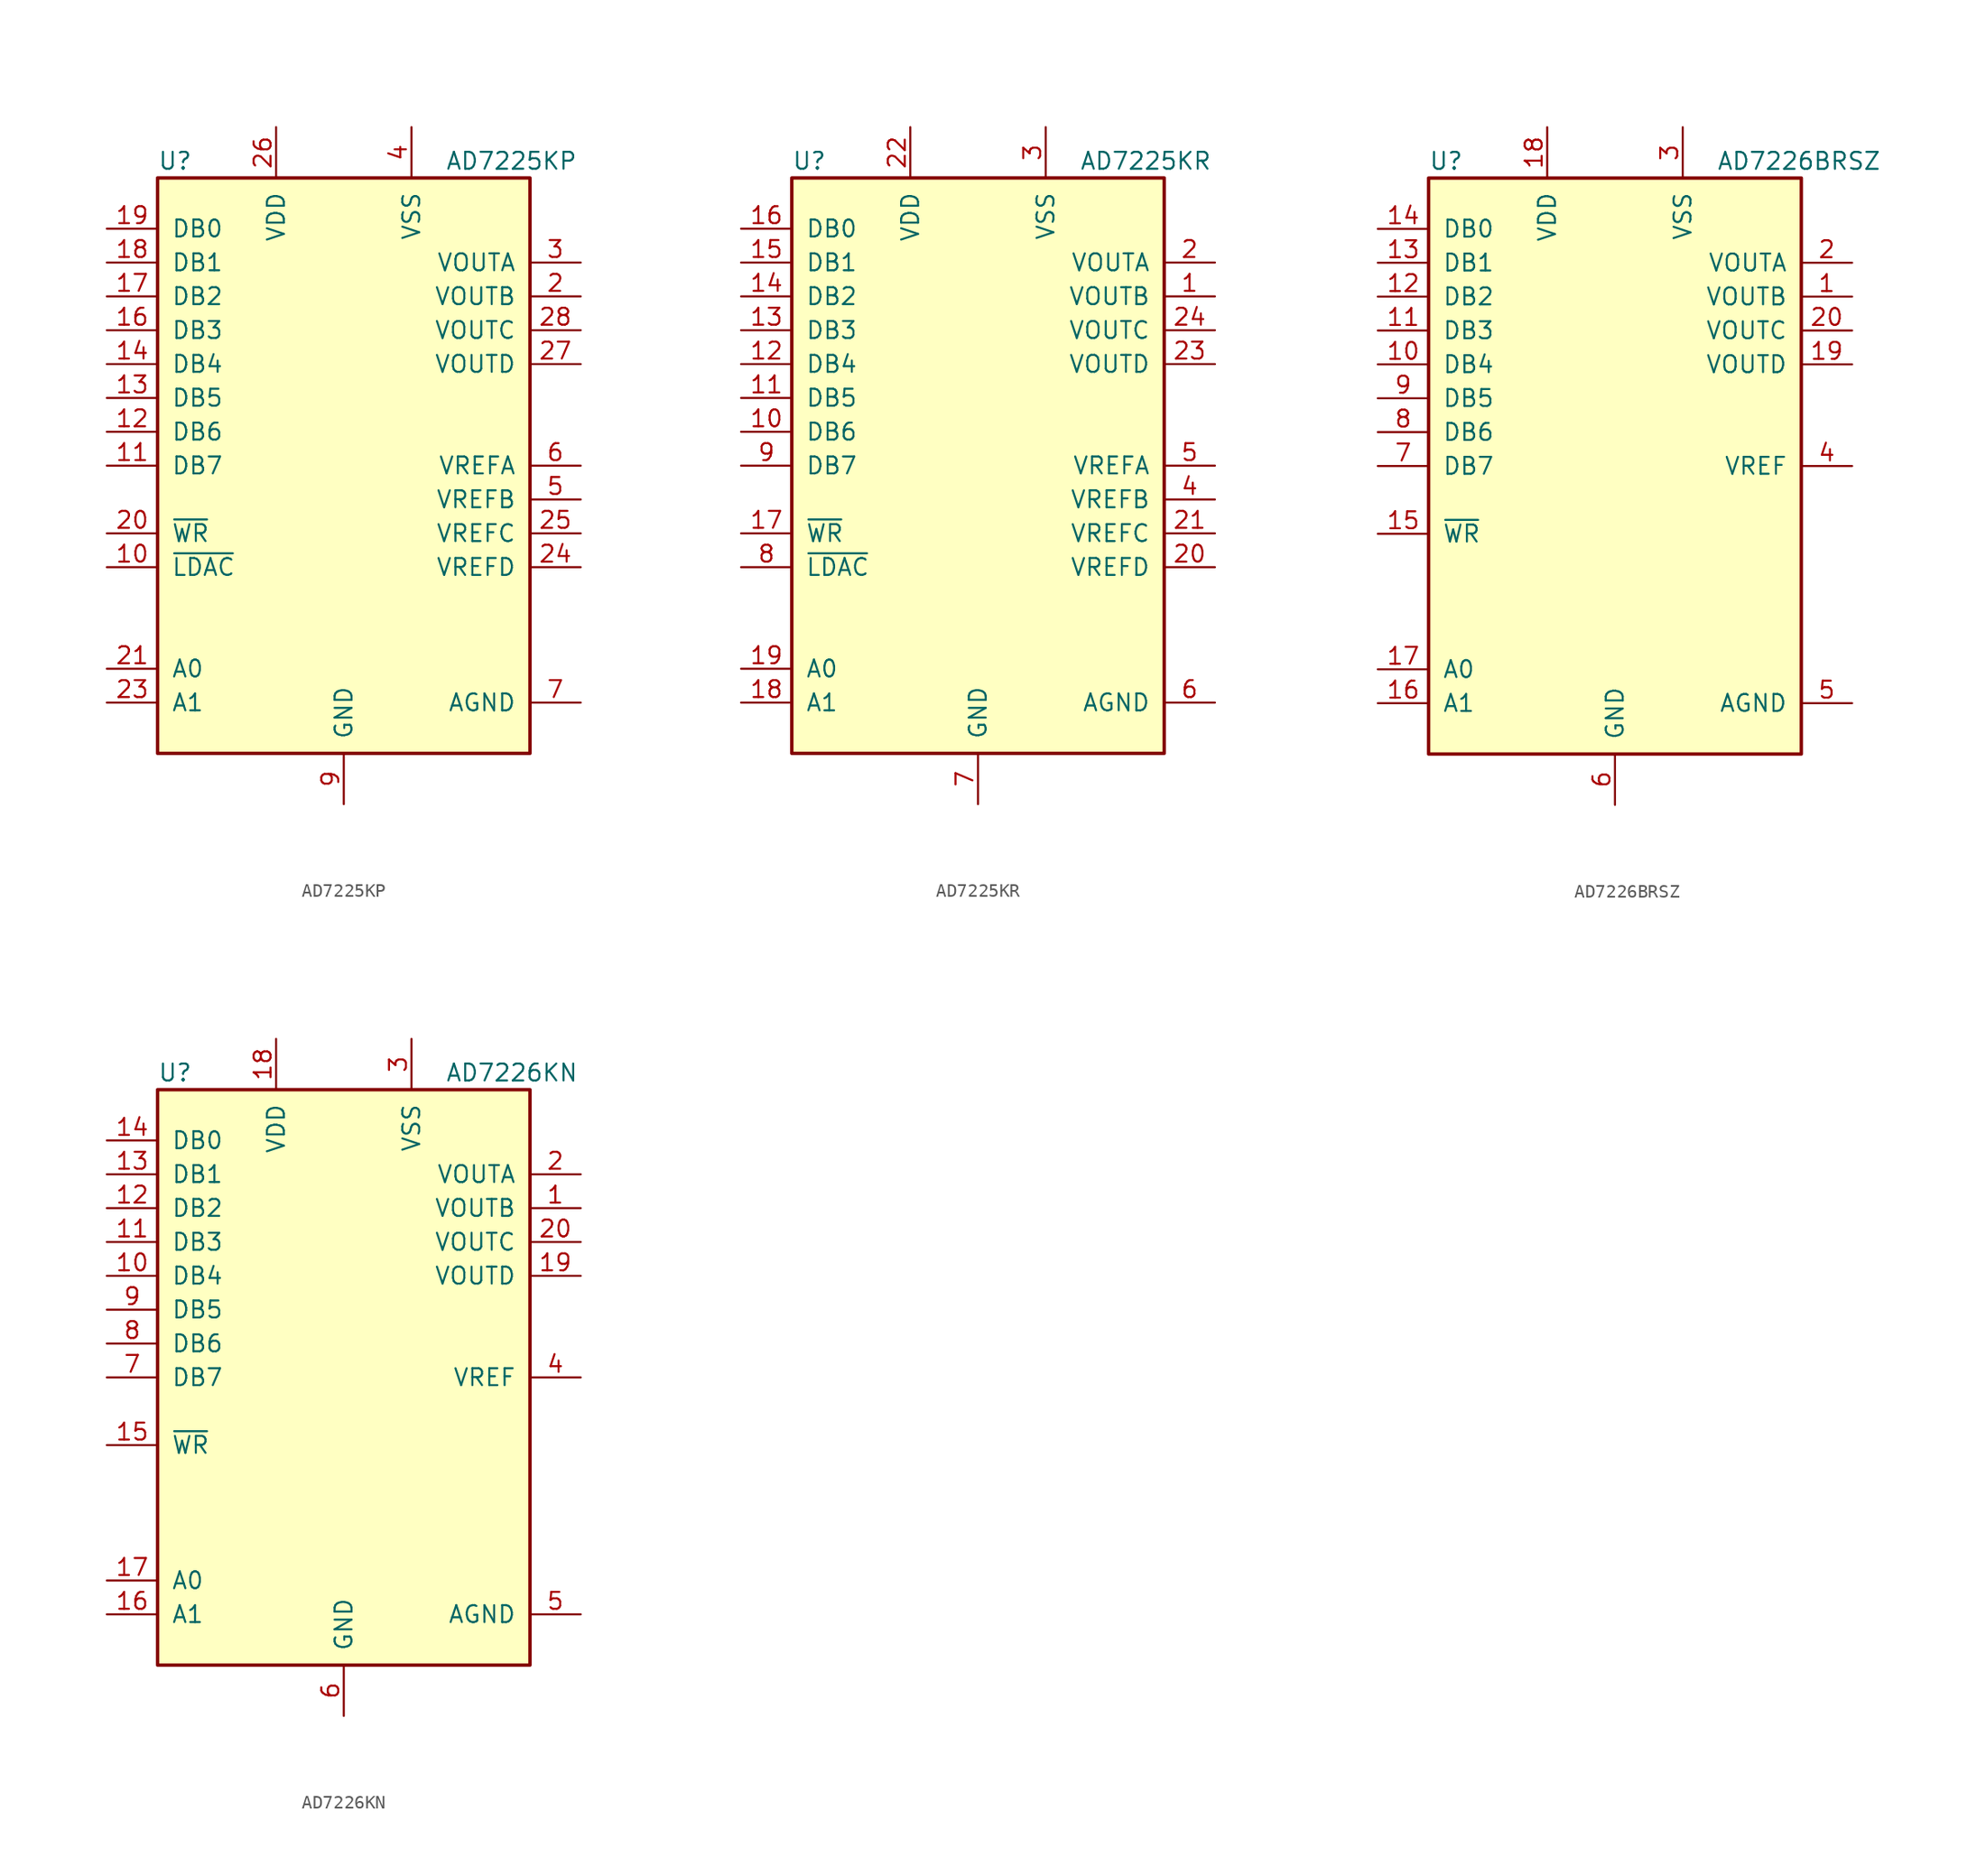
<source format=kicad_sym>
(kicad_symbol_lib
  (version 20201005)
  (generator kicad_symbol_editor)
  (symbol "AD7225KP"
    (pin_names
      (offset 1.016))
    (property "Reference" "U"
      (at -13.97 22.86 0)
      (effects (font (size 1.27 1.27)) (justify left)))
    (property "Value" "AD7225KP"
      (at 7.62 22.86 0)
      (effects (font (size 1.27 1.27)) (justify left)))
    (symbol "AD7225KP_0_1"
      (rectangle (start -13.97 -21.59) (end 13.97 21.59) (stroke (width 0.254)) (fill (type background))))
    (symbol "AD7225KP_1_1"
      (pin input line (at -17.78 -7.62 0) (length 3.81) (name "~LDAC" (effects (font (size 1.27 1.27)))) (number "10" (effects (font (size 1.27 1.27)))))
      (pin input line (at -17.78 0 0) (length 3.81) (name "DB7" (effects (font (size 1.27 1.27)))) (number "11" (effects (font (size 1.27 1.27)))))
      (pin input line (at -17.78 2.54 0) (length 3.81) (name "DB6" (effects (font (size 1.27 1.27)))) (number "12" (effects (font (size 1.27 1.27)))))
      (pin input line (at -17.78 5.08 0) (length 3.81) (name "DB5" (effects (font (size 1.27 1.27)))) (number "13" (effects (font (size 1.27 1.27)))))
      (pin input line (at -17.78 7.62 0) (length 3.81) (name "DB4" (effects (font (size 1.27 1.27)))) (number "14" (effects (font (size 1.27 1.27)))))
      (pin input line (at -17.78 10.16 0) (length 3.81) (name "DB3" (effects (font (size 1.27 1.27)))) (number "16" (effects (font (size 1.27 1.27)))))
      (pin input line (at -17.78 12.7 0) (length 3.81) (name "DB2" (effects (font (size 1.27 1.27)))) (number "17" (effects (font (size 1.27 1.27)))))
      (pin input line (at -17.78 15.24 0) (length 3.81) (name "DB1" (effects (font (size 1.27 1.27)))) (number "18" (effects (font (size 1.27 1.27)))))
      (pin input line (at -17.78 17.78 0) (length 3.81) (name "DB0" (effects (font (size 1.27 1.27)))) (number "19" (effects (font (size 1.27 1.27)))))
      (pin output line (at 17.78 12.7 180) (length 3.81) (name "VOUTB" (effects (font (size 1.27 1.27)))) (number "2" (effects (font (size 1.27 1.27)))))
      (pin input line (at -17.78 -5.08 0) (length 3.81) (name "~WR" (effects (font (size 1.27 1.27)))) (number "20" (effects (font (size 1.27 1.27)))))
      (pin input line (at -17.78 -15.24 0) (length 3.81) (name "A0" (effects (font (size 1.27 1.27)))) (number "21" (effects (font (size 1.27 1.27)))))
      (pin input line (at -17.78 -17.78 0) (length 3.81) (name "A1" (effects (font (size 1.27 1.27)))) (number "23" (effects (font (size 1.27 1.27)))))
      (pin input line (at 17.78 -7.62 180) (length 3.81) (name "VREFD" (effects (font (size 1.27 1.27)))) (number "24" (effects (font (size 1.27 1.27)))))
      (pin input line (at 17.78 -5.08 180) (length 3.81) (name "VREFC" (effects (font (size 1.27 1.27)))) (number "25" (effects (font (size 1.27 1.27)))))
      (pin power_in line (at -5.08 25.4 270) (length 3.81) (name "VDD" (effects (font (size 1.27 1.27)))) (number "26" (effects (font (size 1.27 1.27)))))
      (pin output line (at 17.78 7.62 180) (length 3.81) (name "VOUTD" (effects (font (size 1.27 1.27)))) (number "27" (effects (font (size 1.27 1.27)))))
      (pin output line (at 17.78 10.16 180) (length 3.81) (name "VOUTC" (effects (font (size 1.27 1.27)))) (number "28" (effects (font (size 1.27 1.27)))))
      (pin output line (at 17.78 15.24 180) (length 3.81) (name "VOUTA" (effects (font (size 1.27 1.27)))) (number "3" (effects (font (size 1.27 1.27)))))
      (pin power_in line (at 5.08 25.4 270) (length 3.81) (name "VSS" (effects (font (size 1.27 1.27)))) (number "4" (effects (font (size 1.27 1.27)))))
      (pin input line (at 17.78 -2.54 180) (length 3.81) (name "VREFB" (effects (font (size 1.27 1.27)))) (number "5" (effects (font (size 1.27 1.27)))))
      (pin input line (at 17.78 0 180) (length 3.81) (name "VREFA" (effects (font (size 1.27 1.27)))) (number "6" (effects (font (size 1.27 1.27)))))
      (pin input line (at 17.78 -17.78 180) (length 3.81) (name "AGND" (effects (font (size 1.27 1.27)))) (number "7" (effects (font (size 1.27 1.27)))))
      (pin power_in line (at 0 -25.4 90) (length 3.81) (name "GND" (effects (font (size 1.27 1.27)))) (number "9" (effects (font (size 1.27 1.27)))))))
  (symbol "AD7225KR"
    (pin_names
      (offset 1.016))
    (property "Reference" "U"
      (at -13.97 22.86 0)
      (effects (font (size 1.27 1.27)) (justify left)))
    (property "Value" "AD7225KR"
      (at 7.62 22.86 0)
      (effects (font (size 1.27 1.27)) (justify left)))
    (symbol "AD7225KR_0_1"
      (rectangle (start -13.97 -21.59) (end 13.97 21.59) (stroke (width 0.254)) (fill (type background))))
    (symbol "AD7225KR_1_1"
      (pin output line (at 17.78 12.7 180) (length 3.81) (name "VOUTB" (effects (font (size 1.27 1.27)))) (number "1" (effects (font (size 1.27 1.27)))))
      (pin input line (at -17.78 2.54 0) (length 3.81) (name "DB6" (effects (font (size 1.27 1.27)))) (number "10" (effects (font (size 1.27 1.27)))))
      (pin input line (at -17.78 5.08 0) (length 3.81) (name "DB5" (effects (font (size 1.27 1.27)))) (number "11" (effects (font (size 1.27 1.27)))))
      (pin input line (at -17.78 7.62 0) (length 3.81) (name "DB4" (effects (font (size 1.27 1.27)))) (number "12" (effects (font (size 1.27 1.27)))))
      (pin input line (at -17.78 10.16 0) (length 3.81) (name "DB3" (effects (font (size 1.27 1.27)))) (number "13" (effects (font (size 1.27 1.27)))))
      (pin input line (at -17.78 12.7 0) (length 3.81) (name "DB2" (effects (font (size 1.27 1.27)))) (number "14" (effects (font (size 1.27 1.27)))))
      (pin input line (at -17.78 15.24 0) (length 3.81) (name "DB1" (effects (font (size 1.27 1.27)))) (number "15" (effects (font (size 1.27 1.27)))))
      (pin input line (at -17.78 17.78 0) (length 3.81) (name "DB0" (effects (font (size 1.27 1.27)))) (number "16" (effects (font (size 1.27 1.27)))))
      (pin input line (at -17.78 -5.08 0) (length 3.81) (name "~WR" (effects (font (size 1.27 1.27)))) (number "17" (effects (font (size 1.27 1.27)))))
      (pin input line (at -17.78 -17.78 0) (length 3.81) (name "A1" (effects (font (size 1.27 1.27)))) (number "18" (effects (font (size 1.27 1.27)))))
      (pin input line (at -17.78 -15.24 0) (length 3.81) (name "A0" (effects (font (size 1.27 1.27)))) (number "19" (effects (font (size 1.27 1.27)))))
      (pin output line (at 17.78 15.24 180) (length 3.81) (name "VOUTA" (effects (font (size 1.27 1.27)))) (number "2" (effects (font (size 1.27 1.27)))))
      (pin input line (at 17.78 -7.62 180) (length 3.81) (name "VREFD" (effects (font (size 1.27 1.27)))) (number "20" (effects (font (size 1.27 1.27)))))
      (pin input line (at 17.78 -5.08 180) (length 3.81) (name "VREFC" (effects (font (size 1.27 1.27)))) (number "21" (effects (font (size 1.27 1.27)))))
      (pin power_in line (at -5.08 25.4 270) (length 3.81) (name "VDD" (effects (font (size 1.27 1.27)))) (number "22" (effects (font (size 1.27 1.27)))))
      (pin output line (at 17.78 7.62 180) (length 3.81) (name "VOUTD" (effects (font (size 1.27 1.27)))) (number "23" (effects (font (size 1.27 1.27)))))
      (pin output line (at 17.78 10.16 180) (length 3.81) (name "VOUTC" (effects (font (size 1.27 1.27)))) (number "24" (effects (font (size 1.27 1.27)))))
      (pin power_in line (at 5.08 25.4 270) (length 3.81) (name "VSS" (effects (font (size 1.27 1.27)))) (number "3" (effects (font (size 1.27 1.27)))))
      (pin input line (at 17.78 -2.54 180) (length 3.81) (name "VREFB" (effects (font (size 1.27 1.27)))) (number "4" (effects (font (size 1.27 1.27)))))
      (pin input line (at 17.78 0 180) (length 3.81) (name "VREFA" (effects (font (size 1.27 1.27)))) (number "5" (effects (font (size 1.27 1.27)))))
      (pin input line (at 17.78 -17.78 180) (length 3.81) (name "AGND" (effects (font (size 1.27 1.27)))) (number "6" (effects (font (size 1.27 1.27)))))
      (pin power_in line (at 0 -25.4 90) (length 3.81) (name "GND" (effects (font (size 1.27 1.27)))) (number "7" (effects (font (size 1.27 1.27)))))
      (pin input line (at -17.78 -7.62 0) (length 3.81) (name "~LDAC" (effects (font (size 1.27 1.27)))) (number "8" (effects (font (size 1.27 1.27)))))
      (pin input line (at -17.78 0 0) (length 3.81) (name "DB7" (effects (font (size 1.27 1.27)))) (number "9" (effects (font (size 1.27 1.27)))))))
  (symbol "AD7226BRSZ"
    (pin_names
      (offset 1.016))
    (property "Reference" "U"
      (at -13.97 22.86 0)
      (effects (font (size 1.27 1.27)) (justify left)))
    (property "Value" "AD7226BRSZ"
      (at 7.62 22.86 0)
      (effects (font (size 1.27 1.27)) (justify left)))
    (symbol "AD7226BRSZ_0_1"
      (rectangle (start -13.97 -21.59) (end 13.97 21.59) (stroke (width 0.254)) (fill (type background))))
    (symbol "AD7226BRSZ_1_1"
      (pin output line (at 17.78 12.7 180) (length 3.81) (name "VOUTB" (effects (font (size 1.27 1.27)))) (number "1" (effects (font (size 1.27 1.27)))))
      (pin input line (at -17.78 7.62 0) (length 3.81) (name "DB4" (effects (font (size 1.27 1.27)))) (number "10" (effects (font (size 1.27 1.27)))))
      (pin input line (at -17.78 10.16 0) (length 3.81) (name "DB3" (effects (font (size 1.27 1.27)))) (number "11" (effects (font (size 1.27 1.27)))))
      (pin input line (at -17.78 12.7 0) (length 3.81) (name "DB2" (effects (font (size 1.27 1.27)))) (number "12" (effects (font (size 1.27 1.27)))))
      (pin input line (at -17.78 15.24 0) (length 3.81) (name "DB1" (effects (font (size 1.27 1.27)))) (number "13" (effects (font (size 1.27 1.27)))))
      (pin input line (at -17.78 17.78 0) (length 3.81) (name "DB0" (effects (font (size 1.27 1.27)))) (number "14" (effects (font (size 1.27 1.27)))))
      (pin input line (at -17.78 -5.08 0) (length 3.81) (name "~WR" (effects (font (size 1.27 1.27)))) (number "15" (effects (font (size 1.27 1.27)))))
      (pin input line (at -17.78 -17.78 0) (length 3.81) (name "A1" (effects (font (size 1.27 1.27)))) (number "16" (effects (font (size 1.27 1.27)))))
      (pin input line (at -17.78 -15.24 0) (length 3.81) (name "A0" (effects (font (size 1.27 1.27)))) (number "17" (effects (font (size 1.27 1.27)))))
      (pin power_in line (at -5.08 25.4 270) (length 3.81) (name "VDD" (effects (font (size 1.27 1.27)))) (number "18" (effects (font (size 1.27 1.27)))))
      (pin output line (at 17.78 7.62 180) (length 3.81) (name "VOUTD" (effects (font (size 1.27 1.27)))) (number "19" (effects (font (size 1.27 1.27)))))
      (pin output line (at 17.78 15.24 180) (length 3.81) (name "VOUTA" (effects (font (size 1.27 1.27)))) (number "2" (effects (font (size 1.27 1.27)))))
      (pin output line (at 17.78 10.16 180) (length 3.81) (name "VOUTC" (effects (font (size 1.27 1.27)))) (number "20" (effects (font (size 1.27 1.27)))))
      (pin power_in line (at 5.08 25.4 270) (length 3.81) (name "VSS" (effects (font (size 1.27 1.27)))) (number "3" (effects (font (size 1.27 1.27)))))
      (pin input line (at 17.78 0 180) (length 3.81) (name "VREF" (effects (font (size 1.27 1.27)))) (number "4" (effects (font (size 1.27 1.27)))))
      (pin input line (at 17.78 -17.78 180) (length 3.81) (name "AGND" (effects (font (size 1.27 1.27)))) (number "5" (effects (font (size 1.27 1.27)))))
      (pin power_in line (at 0 -25.4 90) (length 3.81) (name "GND" (effects (font (size 1.27 1.27)))) (number "6" (effects (font (size 1.27 1.27)))))
      (pin input line (at -17.78 0 0) (length 3.81) (name "DB7" (effects (font (size 1.27 1.27)))) (number "7" (effects (font (size 1.27 1.27)))))
      (pin input line (at -17.78 2.54 0) (length 3.81) (name "DB6" (effects (font (size 1.27 1.27)))) (number "8" (effects (font (size 1.27 1.27)))))
      (pin input line (at -17.78 5.08 0) (length 3.81) (name "DB5" (effects (font (size 1.27 1.27)))) (number "9" (effects (font (size 1.27 1.27)))))))
  (symbol "AD7226KN"
    (pin_names
      (offset 1.016))
    (property "Reference" "U"
      (at -13.97 22.86 0)
      (effects (font (size 1.27 1.27)) (justify left)))
    (property "Value" "AD7226KN"
      (at 7.62 22.86 0)
      (effects (font (size 1.27 1.27)) (justify left)))
    (symbol "AD7226KN_0_1"
      (rectangle (start -13.97 -21.59) (end 13.97 21.59) (stroke (width 0.254)) (fill (type background))))
    (symbol "AD7226KN_1_1"
      (pin output line (at 17.78 12.7 180) (length 3.81) (name "VOUTB" (effects (font (size 1.27 1.27)))) (number "1" (effects (font (size 1.27 1.27)))))
      (pin input line (at -17.78 7.62 0) (length 3.81) (name "DB4" (effects (font (size 1.27 1.27)))) (number "10" (effects (font (size 1.27 1.27)))))
      (pin input line (at -17.78 10.16 0) (length 3.81) (name "DB3" (effects (font (size 1.27 1.27)))) (number "11" (effects (font (size 1.27 1.27)))))
      (pin input line (at -17.78 12.7 0) (length 3.81) (name "DB2" (effects (font (size 1.27 1.27)))) (number "12" (effects (font (size 1.27 1.27)))))
      (pin input line (at -17.78 15.24 0) (length 3.81) (name "DB1" (effects (font (size 1.27 1.27)))) (number "13" (effects (font (size 1.27 1.27)))))
      (pin input line (at -17.78 17.78 0) (length 3.81) (name "DB0" (effects (font (size 1.27 1.27)))) (number "14" (effects (font (size 1.27 1.27)))))
      (pin input line (at -17.78 -5.08 0) (length 3.81) (name "~WR" (effects (font (size 1.27 1.27)))) (number "15" (effects (font (size 1.27 1.27)))))
      (pin input line (at -17.78 -17.78 0) (length 3.81) (name "A1" (effects (font (size 1.27 1.27)))) (number "16" (effects (font (size 1.27 1.27)))))
      (pin input line (at -17.78 -15.24 0) (length 3.81) (name "A0" (effects (font (size 1.27 1.27)))) (number "17" (effects (font (size 1.27 1.27)))))
      (pin power_in line (at -5.08 25.4 270) (length 3.81) (name "VDD" (effects (font (size 1.27 1.27)))) (number "18" (effects (font (size 1.27 1.27)))))
      (pin output line (at 17.78 7.62 180) (length 3.81) (name "VOUTD" (effects (font (size 1.27 1.27)))) (number "19" (effects (font (size 1.27 1.27)))))
      (pin output line (at 17.78 15.24 180) (length 3.81) (name "VOUTA" (effects (font (size 1.27 1.27)))) (number "2" (effects (font (size 1.27 1.27)))))
      (pin output line (at 17.78 10.16 180) (length 3.81) (name "VOUTC" (effects (font (size 1.27 1.27)))) (number "20" (effects (font (size 1.27 1.27)))))
      (pin power_in line (at 5.08 25.4 270) (length 3.81) (name "VSS" (effects (font (size 1.27 1.27)))) (number "3" (effects (font (size 1.27 1.27)))))
      (pin input line (at 17.78 0 180) (length 3.81) (name "VREF" (effects (font (size 1.27 1.27)))) (number "4" (effects (font (size 1.27 1.27)))))
      (pin input line (at 17.78 -17.78 180) (length 3.81) (name "AGND" (effects (font (size 1.27 1.27)))) (number "5" (effects (font (size 1.27 1.27)))))
      (pin power_in line (at 0 -25.4 90) (length 3.81) (name "GND" (effects (font (size 1.27 1.27)))) (number "6" (effects (font (size 1.27 1.27)))))
      (pin input line (at -17.78 0 0) (length 3.81) (name "DB7" (effects (font (size 1.27 1.27)))) (number "7" (effects (font (size 1.27 1.27)))))
      (pin input line (at -17.78 2.54 0) (length 3.81) (name "DB6" (effects (font (size 1.27 1.27)))) (number "8" (effects (font (size 1.27 1.27)))))
      (pin input line (at -17.78 5.08 0) (length 3.81) (name "DB5" (effects (font (size 1.27 1.27)))) (number "9" (effects (font (size 1.27 1.27))))))))
</source>
